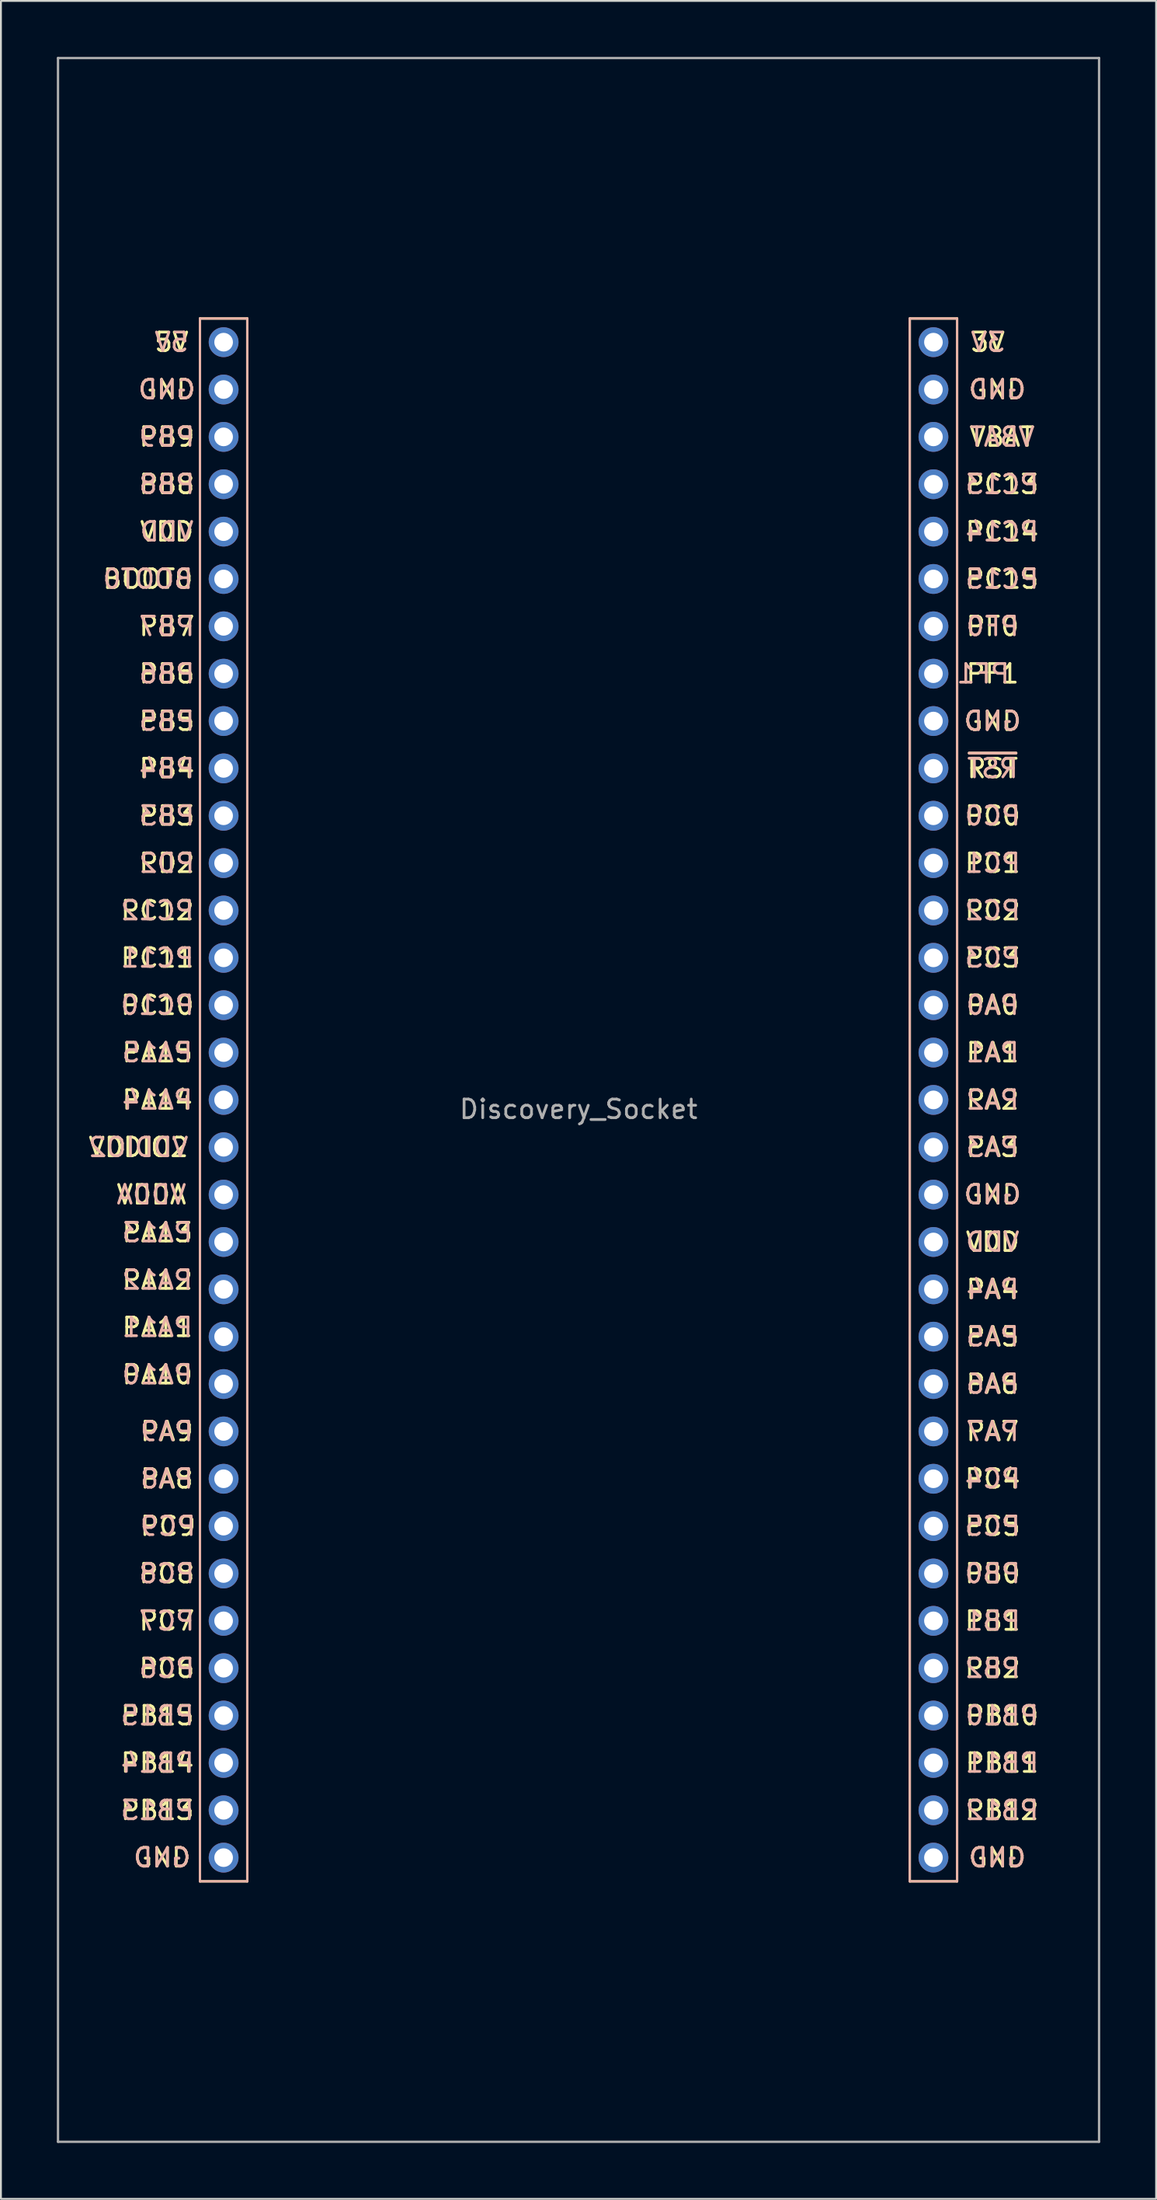
<source format=kicad_pcb>
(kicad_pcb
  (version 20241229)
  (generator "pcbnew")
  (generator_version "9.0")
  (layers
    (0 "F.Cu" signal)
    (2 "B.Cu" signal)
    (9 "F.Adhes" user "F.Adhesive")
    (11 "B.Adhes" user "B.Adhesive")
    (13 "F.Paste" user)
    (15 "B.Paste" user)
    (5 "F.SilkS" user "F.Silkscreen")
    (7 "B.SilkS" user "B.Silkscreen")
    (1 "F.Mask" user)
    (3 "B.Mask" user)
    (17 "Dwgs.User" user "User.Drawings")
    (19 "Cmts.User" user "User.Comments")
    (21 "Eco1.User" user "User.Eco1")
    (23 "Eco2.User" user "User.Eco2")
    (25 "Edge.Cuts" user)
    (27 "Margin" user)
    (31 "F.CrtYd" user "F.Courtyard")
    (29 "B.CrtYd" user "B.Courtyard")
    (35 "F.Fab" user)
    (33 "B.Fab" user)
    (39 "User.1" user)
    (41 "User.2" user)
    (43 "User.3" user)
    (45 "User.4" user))
  (footprint "Discovery_Socket"
    (layer "F.Cu")
    (at 28.003 55.943)
    (property "Reference" "Discovery_Socket" (at 0 0.5 0) (layer "F.Fab") (effects (font (size 1 1) (thickness 0.15))))
    (attr through_hole)
    (fp_line (start -20.32 -41.91) (end -17.78 -41.91) (stroke (width 0.125) (type solid)) (layer "F.SilkS"))
    (fp_line (start -20.32 41.91) (end -20.32 -41.91) (stroke (width 0.125) (type solid)) (layer "F.SilkS"))
    (fp_line (start -17.78 -41.91) (end -17.78 41.91) (stroke (width 0.125) (type solid)) (layer "F.SilkS"))
    (fp_line (start -17.78 41.91) (end -20.32 41.91) (stroke (width 0.125) (type solid)) (layer "F.SilkS"))
    (fp_line (start 17.78 -41.91) (end 20.32 -41.91) (stroke (width 0.125) (type solid)) (layer "F.SilkS"))
    (fp_line (start 17.78 41.91) (end 17.78 -41.91) (stroke (width 0.125) (type solid)) (layer "F.SilkS"))
    (fp_line (start 20.32 -41.91) (end 20.32 41.91) (stroke (width 0.125) (type solid)) (layer "F.SilkS"))
    (fp_line (start 20.32 41.91) (end 17.78 41.91) (stroke (width 0.125) (type solid)) (layer "F.SilkS"))
    (fp_line (start -20.32 -41.91) (end -17.78 -41.91) (stroke (width 0.125) (type solid)) (layer "B.SilkS"))
    (fp_line (start -20.32 41.91) (end -20.32 -41.91) (stroke (width 0.125) (type solid)) (layer "B.SilkS"))
    (fp_line (start -17.78 -41.91) (end -17.78 41.91) (stroke (width 0.125) (type solid)) (layer "B.SilkS"))
    (fp_line (start -17.78 41.91) (end -20.32 41.91) (stroke (width 0.125) (type solid)) (layer "B.SilkS"))
    (fp_line (start 17.78 -41.91) (end 20.32 -41.91) (stroke (width 0.125) (type solid)) (layer "B.SilkS"))
    (fp_line (start 17.78 41.91) (end 17.78 -41.91) (stroke (width 0.125) (type solid)) (layer "B.SilkS"))
    (fp_line (start 20.32 -41.91) (end 20.32 41.91) (stroke (width 0.125) (type solid)) (layer "B.SilkS"))
    (fp_line (start 20.32 41.91) (end 17.78 41.91) (stroke (width 0.125) (type solid)) (layer "B.SilkS"))
    (fp_line (start -27.94 55.88) (end -27.94 -55.88) (stroke (width 0.125) (type solid)) (layer "F.Fab"))
    (fp_line (start -27.94 55.88) (end 27.94 55.88) (stroke (width 0.125) (type solid)) (layer "F.Fab"))
    (fp_line (start 27.94 -55.88) (end -27.94 -55.88) (stroke (width 0.125) (type solid)) (layer "F.Fab"))
    (fp_line (start 27.94 -55.88) (end 27.94 55.88) (stroke (width 0.125) (type solid)) (layer "F.Fab"))
    (fp_text user "PA4" (at 22.225 10.16 0) (layer "F.SilkS") (effects (font (size 1 1) (thickness 0.15))))
    (fp_text user "PC13" (at 22.733 -33.02 0) (layer "F.SilkS") (effects (font (size 1 1) (thickness 0.15))))
    (fp_text user "GND" (at 22.479 -38.1 0) (layer "F.SilkS") (effects (font (size 1 1) (thickness 0.15))))
    (fp_text user "PB11" (at 22.733 35.56 0) (layer "F.SilkS") (effects (font (size 1 1) (thickness 0.15))))
    (fp_text user "PB6" (at -22.098 -22.86 0) (layer "F.SilkS") (effects (font (size 1 1) (thickness 0.15))))
    (fp_text user "PA5" (at 22.225 12.7 0) (layer "F.SilkS") (effects (font (size 1 1) (thickness 0.15))))
    (fp_text user "PB1" (at 22.225 27.94 0) (layer "F.SilkS") (effects (font (size 1 1) (thickness 0.15))))
    (fp_text user "PC14" (at 22.733 -30.48 0) (layer "F.SilkS") (effects (font (size 1 1) (thickness 0.15))))
    (fp_text user "GND" (at -22.352 40.64 180) (layer "F.SilkS") (effects (font (size 1 1) (thickness 0.15))))
    (fp_text user "PA15" (at -22.606 -2.54 0) (layer "F.SilkS") (effects (font (size 1 1) (thickness 0.15))))
    (fp_text user "PC8" (at -22.098 25.4 0) (layer "F.SilkS") (effects (font (size 1 1) (thickness 0.15))))
    (fp_text user "PC12" (at -22.606 -10.16 0) (layer "F.SilkS") (effects (font (size 1 1) (thickness 0.15))))
    (fp_text user "VDDA" (at -22.924 5.08 0) (layer "F.SilkS") (effects (font (size 1 1) (thickness 0.15))))
    (fp_text user "PA12" (at -22.606 9.652 0) (layer "F.SilkS") (effects (font (size 1 1) (thickness 0.15))))
    (fp_text user "PC3" (at 22.225 -7.62 0) (layer "F.SilkS") (effects (font (size 1 1) (thickness 0.15))))
    (fp_text user "PC9" (at -22.035 22.86 0) (layer "F.SilkS") (effects (font (size 1 1) (thickness 0.15))))
    (fp_text user "PC10" (at -22.606 -5.08 0) (layer "F.SilkS") (effects (font (size 1 1) (thickness 0.15))))
    (fp_text user "GND" (at -22.098 -38.1 0) (layer "F.SilkS") (effects (font (size 1 1) (thickness 0.15))))
    (fp_text user "PA14" (at -22.606 0 0) (layer "F.SilkS") (effects (font (size 1 1) (thickness 0.15))))
    (fp_text user "VDD" (at -22.098 -30.48 0) (layer "F.SilkS") (effects (font (size 1 1) (thickness 0.15))))
    (fp_text user "GND" (at 22.225 5.08 0) (layer "F.SilkS") (effects (font (size 1 1) (thickness 0.15))))
    (fp_text user "PA8" (at -22.098 20.32 0) (layer "F.SilkS") (effects (font (size 1 1) (thickness 0.15))))
    (fp_text user "PA6" (at 22.225 15.24 0) (layer "F.SilkS") (effects (font (size 1 1) (thickness 0.15))))
    (fp_text user "PC0" (at 22.225 -15.24 0) (layer "F.SilkS") (effects (font (size 1 1) (thickness 0.15))))
    (fp_text user "PC11" (at -22.606 -7.62 0) (layer "F.SilkS") (effects (font (size 1 1) (thickness 0.15))))
    (fp_text user "PA0" (at 22.225 -5.08 0) (layer "F.SilkS") (effects (font (size 1 1) (thickness 0.15))))
    (fp_text user "BOOT0" (at -23.114 -27.94 0) (layer "F.SilkS") (effects (font (size 1 1) (thickness 0.15))))
    (fp_text user "PA9" (at -22.098 17.78 0) (layer "F.SilkS") (effects (font (size 1 1) (thickness 0.15))))
    (fp_text user "VDD" (at 22.225 7.62 0) (layer "F.SilkS") (effects (font (size 1 1) (thickness 0.15))))
    (fp_text user "PC15" (at 22.733 -27.94 0) (layer "F.SilkS") (effects (font (size 1 1) (thickness 0.15))))
    (fp_text user "PB2" (at 22.225 30.48 0) (layer "F.SilkS") (effects (font (size 1 1) (thickness 0.15))))
    (fp_text user "PB9" (at -22.098 -35.56 0) (layer "F.SilkS") (effects (font (size 1 1) (thickness 0.15))))
    (fp_text user "PB4" (at -22.098 -17.78 0) (layer "F.SilkS") (effects (font (size 1 1) (thickness 0.15))))
    (fp_text user "PC2" (at 22.225 -10.16 0) (layer "F.SilkS") (effects (font (size 1 1) (thickness 0.15))))
    (fp_text user "VBAT" (at 22.733 -35.56 0) (layer "F.SilkS") (effects (font (size 1 1) (thickness 0.15))))
    (fp_text user "PC1" (at 22.225 -12.7 0) (layer "F.SilkS") (effects (font (size 1 1) (thickness 0.15))))
    (fp_text user "PA1" (at 22.225 -2.54 0) (layer "F.SilkS") (effects (font (size 1 1) (thickness 0.15))))
    (fp_text user "PB15" (at -22.606 33.02 0) (layer "F.SilkS") (effects (font (size 1 1) (thickness 0.15))))
    (fp_text user "PB8" (at -22.098 -33.02 0) (layer "F.SilkS") (effects (font (size 1 1) (thickness 0.15))))
    (fp_text user "VDDIO2" (at -23.622 2.54 0) (layer "F.SilkS") (effects (font (size 1 1) (thickness 0.15))))
    (fp_text user "PC6" (at -22.098 30.48 0) (layer "F.SilkS") (effects (font (size 1 1) (thickness 0.15))))
    (fp_text user "PC7" (at -22.098 27.94 0) (layer "F.SilkS") (effects (font (size 1 1) (thickness 0.15))))
    (fp_text user "PA10" (at -22.606 14.732 0) (layer "F.SilkS") (effects (font (size 1 1) (thickness 0.15))))
    (fp_text user "PA7" (at 22.225 17.78 0) (layer "F.SilkS") (effects (font (size 1 1) (thickness 0.15))))
    (fp_text user "PC4" (at 22.225 20.32 0) (layer "F.SilkS") (effects (font (size 1 1) (thickness 0.15))))
    (fp_text user "PA3" (at 22.225 2.54 0) (layer "F.SilkS") (effects (font (size 1 1) (thickness 0.15))))
    (fp_text user "PA2" (at 22.225 0 0) (layer "F.SilkS") (effects (font (size 1 1) (thickness 0.15))))
    (fp_text user "PB10" (at 22.733 33.02 0) (layer "F.SilkS") (effects (font (size 1 1) (thickness 0.15))))
    (fp_text user "GND" (at 22.479 40.64 0) (layer "F.SilkS") (effects (font (size 1 1) (thickness 0.15))))
    (fp_text user "PB13" (at -22.606 38.1 0) (layer "F.SilkS") (effects (font (size 1 1) (thickness 0.15))))
    (fp_text user "PD2" (at -22.098 -12.7 0) (layer "F.SilkS") (effects (font (size 1 1) (thickness 0.15))))
    (fp_text user "5V" (at -21.844 -40.64 0) (layer "F.SilkS") (effects (font (size 1 1) (thickness 0.15))))
    (fp_text user "3V" (at 21.971 -40.64 0) (layer "F.SilkS") (effects (font (size 1 1) (thickness 0.15))))
    (fp_text user "PF0" (at 22.225 -25.4 0) (layer "F.SilkS") (effects (font (size 1 1) (thickness 0.15))))
    (fp_text user "PC5" (at 22.225 22.86 0) (layer "F.SilkS") (effects (font (size 1 1) (thickness 0.15))))
    (fp_text user "PB12" (at 22.733 38.1 0) (layer "F.SilkS") (effects (font (size 1 1) (thickness 0.15))))
    (fp_text user "PF1" (at 22.225 -22.86 0) (layer "F.SilkS") (effects (font (size 1 1) (thickness 0.15))))
    (fp_text user "PB14" (at -22.606 35.56 0) (layer "F.SilkS") (effects (font (size 1 1) (thickness 0.15))))
    (fp_text user "PA13" (at -22.606 7.112 0) (layer "F.SilkS") (effects (font (size 1 1) (thickness 0.15))))
    (fp_text user "PB3" (at -22.098 -15.24 0) (layer "F.SilkS") (effects (font (size 1 1) (thickness 0.15))))
    (fp_text user "GND" (at 22.225 -20.32 0) (layer "F.SilkS") (effects (font (size 1 1) (thickness 0.15))))
    (fp_text user "PA11" (at -22.606 12.192 0) (layer "F.SilkS") (effects (font (size 1 1) (thickness 0.15))))
    (fp_text user "PB0" (at 22.225 25.4 0) (layer "F.SilkS") (effects (font (size 1 1) (thickness 0.15))))
    (fp_text user "PB7" (at -22.098 -25.4 0) (layer "F.SilkS") (effects (font (size 1 1) (thickness 0.15))))
    (fp_text user "~{RST}" (at 22.225 -17.78 0) (layer "F.SilkS") (effects (font (size 1 1) (thickness 0.15))))
    (fp_text user "PB5" (at -22.098 -20.32 0) (layer "F.SilkS") (effects (font (size 1 1) (thickness 0.15))))
    (fp_text user "PC1" (at 22.225 -12.7 0) (layer "B.SilkS") (effects (font (size 1 1) (thickness 0.15)) (justify mirror)))
    (fp_text user "PB8" (at -22.098 -33.02 0) (layer "B.SilkS") (effects (font (size 1 1) (thickness 0.15)) (justify mirror)))
    (fp_text user "PC12" (at -22.606 -10.16 0) (layer "B.SilkS") (effects (font (size 1 1) (thickness 0.15)) (justify mirror)))
    (fp_text user "PF0" (at 22.225 -25.4 0) (layer "B.SilkS") (effects (font (size 1 1) (thickness 0.15)) (justify mirror)))
    (fp_text user "3V" (at 21.971 -40.64 0) (layer "B.SilkS") (effects (font (size 1 1) (thickness 0.15)) (justify mirror)))
    (fp_text user "PB1" (at 22.225 27.94 0) (layer "B.SilkS") (effects (font (size 1 1) (thickness 0.15)) (justify mirror)))
    (fp_text user "GND" (at 22.225 -20.32 0) (layer "B.SilkS") (effects (font (size 1 1) (thickness 0.15)) (justify mirror)))
    (fp_text user "PC8" (at -22.098 25.4 0) (layer "B.SilkS") (effects (font (size 1 1) (thickness 0.15)) (justify mirror)))
    (fp_text user "PC11" (at -22.606 -7.62 0) (layer "B.SilkS") (effects (font (size 1 1) (thickness 0.15)) (justify mirror)))
    (fp_text user "PC14" (at 22.733 -30.48 0) (layer "B.SilkS") (effects (font (size 1 1) (thickness 0.15)) (justify mirror)))
    (fp_text user "PA8" (at -22.098 20.32 0) (layer "B.SilkS") (effects (font (size 1 1) (thickness 0.15)) (justify mirror)))
    (fp_text user "5V" (at -21.844 -40.64 0) (layer "B.SilkS") (effects (font (size 1 1) (thickness 0.15)) (justify mirror)))
    (fp_text user "PB12" (at 22.733 38.1 0) (layer "B.SilkS") (effects (font (size 1 1) (thickness 0.15)) (justify mirror)))
    (fp_text user "PB2" (at 22.225 30.48 0) (layer "B.SilkS") (effects (font (size 1 1) (thickness 0.15)) (justify mirror)))
    (fp_text user "PB5" (at -22.098 -20.32 0) (layer "B.SilkS") (effects (font (size 1 1) (thickness 0.15)) (justify mirror)))
    (fp_text user "PA6" (at 22.225 15.24 0) (layer "B.SilkS") (effects (font (size 1 1) (thickness 0.15)) (justify mirror)))
    (fp_text user "PB14" (at -22.606 35.56 0) (layer "B.SilkS") (effects (font (size 1 1) (thickness 0.15)) (justify mirror)))
    (fp_text user "PB6" (at -22.098 -22.86 0) (layer "B.SilkS") (effects (font (size 1 1) (thickness 0.15)) (justify mirror)))
    (fp_text user "PC0" (at 22.225 -15.24 0) (layer "B.SilkS") (effects (font (size 1 1) (thickness 0.15)) (justify mirror)))
    (fp_text user "PF1" (at 21.717 -22.86 0) (layer "B.SilkS") (effects (font (size 1 1) (thickness 0.15)) (justify mirror)))
    (fp_text user "PA3" (at 22.225 2.54 0) (layer "B.SilkS") (effects (font (size 1 1) (thickness 0.15)) (justify mirror)))
    (fp_text user "GND" (at -22.352 40.64 180) (layer "B.SilkS") (effects (font (size 1 1) (thickness 0.15)) (justify mirror)))
    (fp_text user "PB7" (at -22.098 -25.4 0) (layer "B.SilkS") (effects (font (size 1 1) (thickness 0.15)) (justify mirror)))
    (fp_text user "PC3" (at 22.225 -7.62 0) (layer "B.SilkS") (effects (font (size 1 1) (thickness 0.15)) (justify mirror)))
    (fp_text user "PC15" (at 22.733 -27.94 0) (layer "B.SilkS") (effects (font (size 1 1) (thickness 0.15)) (justify mirror)))
    (fp_text user "PA14" (at -22.606 0 0) (layer "B.SilkS") (effects (font (size 1 1) (thickness 0.15)) (justify mirror)))
    (fp_text user "PB3" (at -22.098 -15.24 0) (layer "B.SilkS") (effects (font (size 1 1) (thickness 0.15)) (justify mirror)))
    (fp_text user "PB15" (at -22.606 33.02 0) (layer "B.SilkS") (effects (font (size 1 1) (thickness 0.15)) (justify mirror)))
    (fp_text user "PA1" (at 22.225 -2.54 0) (layer "B.SilkS") (effects (font (size 1 1) (thickness 0.15)) (justify mirror)))
    (fp_text user "PB10" (at 22.733 33.02 0) (layer "B.SilkS") (effects (font (size 1 1) (thickness 0.15)) (justify mirror)))
    (fp_text user "GND" (at 22.479 -38.1 0) (layer "B.SilkS") (effects (font (size 1 1) (thickness 0.15)) (justify mirror)))
    (fp_text user "PA7" (at 22.225 17.78 0) (layer "B.SilkS") (effects (font (size 1 1) (thickness 0.15)) (justify mirror)))
    (fp_text user "PB11" (at 22.733 35.56 0) (layer "B.SilkS") (effects (font (size 1 1) (thickness 0.15)) (justify mirror)))
    (fp_text user "~{RST}" (at 22.225 -17.78 0) (layer "B.SilkS") (effects (font (size 1 1) (thickness 0.15)) (justify mirror)))
    (fp_text user "PB0" (at 22.225 25.4 0) (layer "B.SilkS") (effects (font (size 1 1) (thickness 0.15)) (justify mirror)))
    (fp_text user "VDD" (at 22.225 7.62 0) (layer "B.SilkS") (effects (font (size 1 1) (thickness 0.15)) (justify mirror)))
    (fp_text user "BOOT0" (at -23.114 -27.94 0) (layer "B.SilkS") (effects (font (size 1 1) (thickness 0.15)) (justify mirror)))
    (fp_text user "PA0" (at 22.225 -5.08 0) (layer "B.SilkS") (effects (font (size 1 1) (thickness 0.15)) (justify mirror)))
    (fp_text user "GND" (at 22.479 40.64 0) (layer "B.SilkS") (effects (font (size 1 1) (thickness 0.15)) (justify mirror)))
    (fp_text user "PB4" (at -22.098 -17.78 0) (layer "B.SilkS") (effects (font (size 1 1) (thickness 0.15)) (justify mirror)))
    (fp_text user "PC10" (at -22.606 -5.08 0) (layer "B.SilkS") (effects (font (size 1 1) (thickness 0.15)) (justify mirror)))
    (fp_text user "PC13" (at 22.733 -33.02 0) (layer "B.SilkS") (effects (font (size 1 1) (thickness 0.15)) (justify mirror)))
    (fp_text user "VBAT" (at 22.733 -35.56 0) (layer "B.SilkS") (effects (font (size 1 1) (thickness 0.15)) (justify mirror)))
    (fp_text user "PA12" (at -22.606 9.652 0) (layer "B.SilkS") (effects (font (size 1 1) (thickness 0.15)) (justify mirror)))
    (fp_text user "PA4" (at 22.225 10.16 0) (layer "B.SilkS") (effects (font (size 1 1) (thickness 0.15)) (justify mirror)))
    (fp_text user "PC7" (at -22.098 27.94 0) (layer "B.SilkS") (effects (font (size 1 1) (thickness 0.15)) (justify mirror)))
    (fp_text user "GND" (at -22.098 -38.1 0) (layer "B.SilkS") (effects (font (size 1 1) (thickness 0.15)) (justify mirror)))
    (fp_text user "PC6" (at -22.098 30.48 0) (layer "B.SilkS") (effects (font (size 1 1) (thickness 0.15)) (justify mirror)))
    (fp_text user "PC9" (at -22.035 22.86 0) (layer "B.SilkS") (effects (font (size 1 1) (thickness 0.15)) (justify mirror)))
    (fp_text user "PC5" (at 22.225 22.86 0) (layer "B.SilkS") (effects (font (size 1 1) (thickness 0.15)) (justify mirror)))
    (fp_text user "PA11" (at -22.606 12.192 0) (layer "B.SilkS") (effects (font (size 1 1) (thickness 0.15)) (justify mirror)))
    (fp_text user "PC4" (at 22.225 20.32 0) (layer "B.SilkS") (effects (font (size 1 1) (thickness 0.15)) (justify mirror)))
    (fp_text user "PA15" (at -22.606 -2.54 0) (layer "B.SilkS") (effects (font (size 1 1) (thickness 0.15)) (justify mirror)))
    (fp_text user "PA13" (at -22.606 7.112 0) (layer "B.SilkS") (effects (font (size 1 1) (thickness 0.15)) (justify mirror)))
    (fp_text user "VDDA" (at -22.924 5.08 0) (layer "B.SilkS") (effects (font (size 1 1) (thickness 0.15)) (justify mirror)))
    (fp_text user "PB9" (at -22.098 -35.56 0) (layer "B.SilkS") (effects (font (size 1 1) (thickness 0.15)) (justify mirror)))
    (fp_text user "PB13" (at -22.606 38.1 0) (layer "B.SilkS") (effects (font (size 1 1) (thickness 0.15)) (justify mirror)))
    (fp_text user "GND" (at 22.225 5.08 0) (layer "B.SilkS") (effects (font (size 1 1) (thickness 0.15)) (justify mirror)))
    (fp_text user "PC2" (at 22.225 -10.16 0) (layer "B.SilkS") (effects (font (size 1 1) (thickness 0.15)) (justify mirror)))
    (fp_text user "PA9" (at -22.098 17.78 0) (layer "B.SilkS") (effects (font (size 1 1) (thickness 0.15)) (justify mirror)))
    (fp_text user "PA5" (at 22.225 12.7 0) (layer "B.SilkS") (effects (font (size 1 1) (thickness 0.15)) (justify mirror)))
    (fp_text user "VDD" (at -22.098 -30.48 0) (layer "B.SilkS") (effects (font (size 1 1) (thickness 0.15)) (justify mirror)))
    (fp_text user "PA10" (at -22.606 14.732 0) (layer "B.SilkS") (effects (font (size 1 1) (thickness 0.15)) (justify mirror)))
    (fp_text user "PD2" (at -22.098 -12.7 0) (layer "B.SilkS") (effects (font (size 1 1) (thickness 0.15)) (justify mirror)))
    (fp_text user "VDDIO2" (at -23.622 2.54 0) (layer "B.SilkS") (effects (font (size 1 1) (thickness 0.15)) (justify mirror)))
    (fp_text user "PA2" (at 22.225 0 0) (layer "B.SilkS") (effects (font (size 1 1) (thickness 0.15)) (justify mirror)))
    (pad "1" thru_hole circle (at -19.05 -40.64) (size 1.6 1.6) (drill 1) (layers "*.Cu" "*.Mask"))
    (pad "2" thru_hole circle (at -19.05 -38.1) (size 1.6 1.6) (drill 1) (layers "*.Cu" "*.Mask"))
    (pad "3" thru_hole circle (at -19.05 -35.56) (size 1.6 1.6) (drill 1) (layers "*.Cu" "*.Mask"))
    (pad "4" thru_hole circle (at -19.05 -33.02) (size 1.6 1.6) (drill 1) (layers "*.Cu" "*.Mask"))
    (pad "5" thru_hole circle (at -19.05 -30.48) (size 1.6 1.6) (drill 1) (layers "*.Cu" "*.Mask"))
    (pad "6" thru_hole circle (at -19.05 -27.94) (size 1.6 1.6) (drill 1) (layers "*.Cu" "*.Mask"))
    (pad "7" thru_hole circle (at -19.05 -25.4) (size 1.6 1.6) (drill 1) (layers "*.Cu" "*.Mask"))
    (pad "8" thru_hole circle (at -19.05 -22.86) (size 1.6 1.6) (drill 1) (layers "*.Cu" "*.Mask"))
    (pad "9" thru_hole circle (at -19.05 -20.32) (size 1.6 1.6) (drill 1) (layers "*.Cu" "*.Mask"))
    (pad "10" thru_hole circle (at -19.05 -17.78) (size 1.6 1.6) (drill 1) (layers "*.Cu" "*.Mask"))
    (pad "11" thru_hole circle (at -19.05 -15.24) (size 1.6 1.6) (drill 1) (layers "*.Cu" "*.Mask"))
    (pad "12" thru_hole circle (at -19.05 -12.7) (size 1.6 1.6) (drill 1) (layers "*.Cu" "*.Mask"))
    (pad "13" thru_hole circle (at -19.05 -10.16) (size 1.6 1.6) (drill 1) (layers "*.Cu" "*.Mask"))
    (pad "14" thru_hole circle (at -19.05 -7.62) (size 1.6 1.6) (drill 1) (layers "*.Cu" "*.Mask"))
    (pad "15" thru_hole circle (at -19.05 -5.08) (size 1.6 1.6) (drill 1) (layers "*.Cu" "*.Mask"))
    (pad "16" thru_hole circle (at -19.05 -2.54) (size 1.6 1.6) (drill 1) (layers "*.Cu" "*.Mask"))
    (pad "17" thru_hole circle (at -19.05 0) (size 1.6 1.6) (drill 1) (layers "*.Cu" "*.Mask"))
    (pad "18" thru_hole circle (at -19.05 2.54) (size 1.6 1.6) (drill 1) (layers "*.Cu" "*.Mask"))
    (pad "19" thru_hole circle (at -19.05 5.08) (size 1.6 1.6) (drill 1) (layers "*.Cu" "*.Mask"))
    (pad "20" thru_hole circle (at -19.05 7.62) (size 1.6 1.6) (drill 1) (layers "*.Cu" "*.Mask"))
    (pad "21" thru_hole circle (at -19.05 10.16) (size 1.6 1.6) (drill 1) (layers "*.Cu" "*.Mask"))
    (pad "22" thru_hole circle (at -19.05 12.7) (size 1.6 1.6) (drill 1) (layers "*.Cu" "*.Mask"))
    (pad "23" thru_hole circle (at -19.05 15.24) (size 1.6 1.6) (drill 1) (layers "*.Cu" "*.Mask"))
    (pad "24" thru_hole circle (at -19.05 17.78) (size 1.6 1.6) (drill 1) (layers "*.Cu" "*.Mask"))
    (pad "25" thru_hole circle (at -19.05 20.32) (size 1.6 1.6) (drill 1) (layers "*.Cu" "*.Mask"))
    (pad "26" thru_hole circle (at -19.05 22.86) (size 1.6 1.6) (drill 1) (layers "*.Cu" "*.Mask"))
    (pad "27" thru_hole circle (at -19.05 25.4) (size 1.6 1.6) (drill 1) (layers "*.Cu" "*.Mask"))
    (pad "28" thru_hole circle (at -19.05 27.94) (size 1.6 1.6) (drill 1) (layers "*.Cu" "*.Mask"))
    (pad "29" thru_hole circle (at -19.05 30.48) (size 1.6 1.6) (drill 1) (layers "*.Cu" "*.Mask"))
    (pad "30" thru_hole circle (at -19.05 33.02) (size 1.6 1.6) (drill 1) (layers "*.Cu" "*.Mask"))
    (pad "31" thru_hole circle (at -19.05 35.56) (size 1.6 1.6) (drill 1) (layers "*.Cu" "*.Mask"))
    (pad "32" thru_hole circle (at -19.05 38.1) (size 1.6 1.6) (drill 1) (layers "*.Cu" "*.Mask"))
    (pad "33" thru_hole circle (at -19.05 40.64) (size 1.6 1.6) (drill 1) (layers "*.Cu" "*.Mask"))
    (pad "34" thru_hole circle (at 19.05 40.64 180) (size 1.6 1.6) (drill 1) (layers "*.Cu" "*.Mask"))
    (pad "35" thru_hole circle (at 19.05 38.1 180) (size 1.6 1.6) (drill 1) (layers "*.Cu" "*.Mask"))
    (pad "36" thru_hole circle (at 19.05 35.56 180) (size 1.6 1.6) (drill 1) (layers "*.Cu" "*.Mask"))
    (pad "37" thru_hole circle (at 19.05 33.02 180) (size 1.6 1.6) (drill 1) (layers "*.Cu" "*.Mask"))
    (pad "38" thru_hole circle (at 19.05 30.48 180) (size 1.6 1.6) (drill 1) (layers "*.Cu" "*.Mask"))
    (pad "39" thru_hole circle (at 19.05 27.94 180) (size 1.6 1.6) (drill 1) (layers "*.Cu" "*.Mask"))
    (pad "40" thru_hole circle (at 19.05 25.4 180) (size 1.6 1.6) (drill 1) (layers "*.Cu" "*.Mask"))
    (pad "41" thru_hole circle (at 19.05 22.86 180) (size 1.6 1.6) (drill 1) (layers "*.Cu" "*.Mask"))
    (pad "42" thru_hole circle (at 19.05 20.32 180) (size 1.6 1.6) (drill 1) (layers "*.Cu" "*.Mask"))
    (pad "43" thru_hole circle (at 19.05 17.78 180) (size 1.6 1.6) (drill 1) (layers "*.Cu" "*.Mask"))
    (pad "44" thru_hole circle (at 19.05 15.24 180) (size 1.6 1.6) (drill 1) (layers "*.Cu" "*.Mask"))
    (pad "45" thru_hole circle (at 19.05 12.7 180) (size 1.6 1.6) (drill 1) (layers "*.Cu" "*.Mask"))
    (pad "46" thru_hole circle (at 19.05 10.16 180) (size 1.6 1.6) (drill 1) (layers "*.Cu" "*.Mask"))
    (pad "47" thru_hole circle (at 19.05 7.62 180) (size 1.6 1.6) (drill 1) (layers "*.Cu" "*.Mask"))
    (pad "48" thru_hole circle (at 19.05 5.08 180) (size 1.6 1.6) (drill 1) (layers "*.Cu" "*.Mask"))
    (pad "49" thru_hole circle (at 19.05 2.54 180) (size 1.6 1.6) (drill 1) (layers "*.Cu" "*.Mask"))
    (pad "50" thru_hole circle (at 19.05 0 180) (size 1.6 1.6) (drill 1) (layers "*.Cu" "*.Mask"))
    (pad "51" thru_hole circle (at 19.05 -2.54 180) (size 1.6 1.6) (drill 1) (layers "*.Cu" "*.Mask"))
    (pad "52" thru_hole circle (at 19.05 -5.08 180) (size 1.6 1.6) (drill 1) (layers "*.Cu" "*.Mask"))
    (pad "53" thru_hole circle (at 19.05 -7.62 180) (size 1.6 1.6) (drill 1) (layers "*.Cu" "*.Mask"))
    (pad "54" thru_hole circle (at 19.05 -10.16 180) (size 1.6 1.6) (drill 1) (layers "*.Cu" "*.Mask"))
    (pad "55" thru_hole circle (at 19.05 -12.7 180) (size 1.6 1.6) (drill 1) (layers "*.Cu" "*.Mask"))
    (pad "56" thru_hole circle (at 19.05 -15.24 180) (size 1.6 1.6) (drill 1) (layers "*.Cu" "*.Mask"))
    (pad "57" thru_hole circle (at 19.05 -17.78 180) (size 1.6 1.6) (drill 1) (layers "*.Cu" "*.Mask"))
    (pad "58" thru_hole circle (at 19.05 -20.32 180) (size 1.6 1.6) (drill 1) (layers "*.Cu" "*.Mask"))
    (pad "59" thru_hole circle (at 19.05 -22.86 180) (size 1.6 1.6) (drill 1) (layers "*.Cu" "*.Mask"))
    (pad "60" thru_hole circle (at 19.05 -25.4 180) (size 1.6 1.6) (drill 1) (layers "*.Cu" "*.Mask"))
    (pad "61" thru_hole circle (at 19.05 -27.94 180) (size 1.6 1.6) (drill 1) (layers "*.Cu" "*.Mask"))
    (pad "62" thru_hole circle (at 19.05 -30.48 180) (size 1.6 1.6) (drill 1) (layers "*.Cu" "*.Mask"))
    (pad "63" thru_hole circle (at 19.05 -33.02 180) (size 1.6 1.6) (drill 1) (layers "*.Cu" "*.Mask"))
    (pad "64" thru_hole circle (at 19.05 -35.56 180) (size 1.6 1.6) (drill 1) (layers "*.Cu" "*.Mask"))
    (pad "65" thru_hole circle (at 19.05 -38.1 180) (size 1.6 1.6) (drill 1) (layers "*.Cu" "*.Mask"))
    (pad "66" thru_hole circle (at 19.05 -40.64 180) (size 1.6 1.6) (drill 1) (layers "*.Cu" "*.Mask")))
  (gr_rect
    (start -3 -3)
    (end 59.005 114.885)
    (stroke (width 0.1) (type default))
    (fill no)
    (layer "Edge.Cuts")))
</source>
